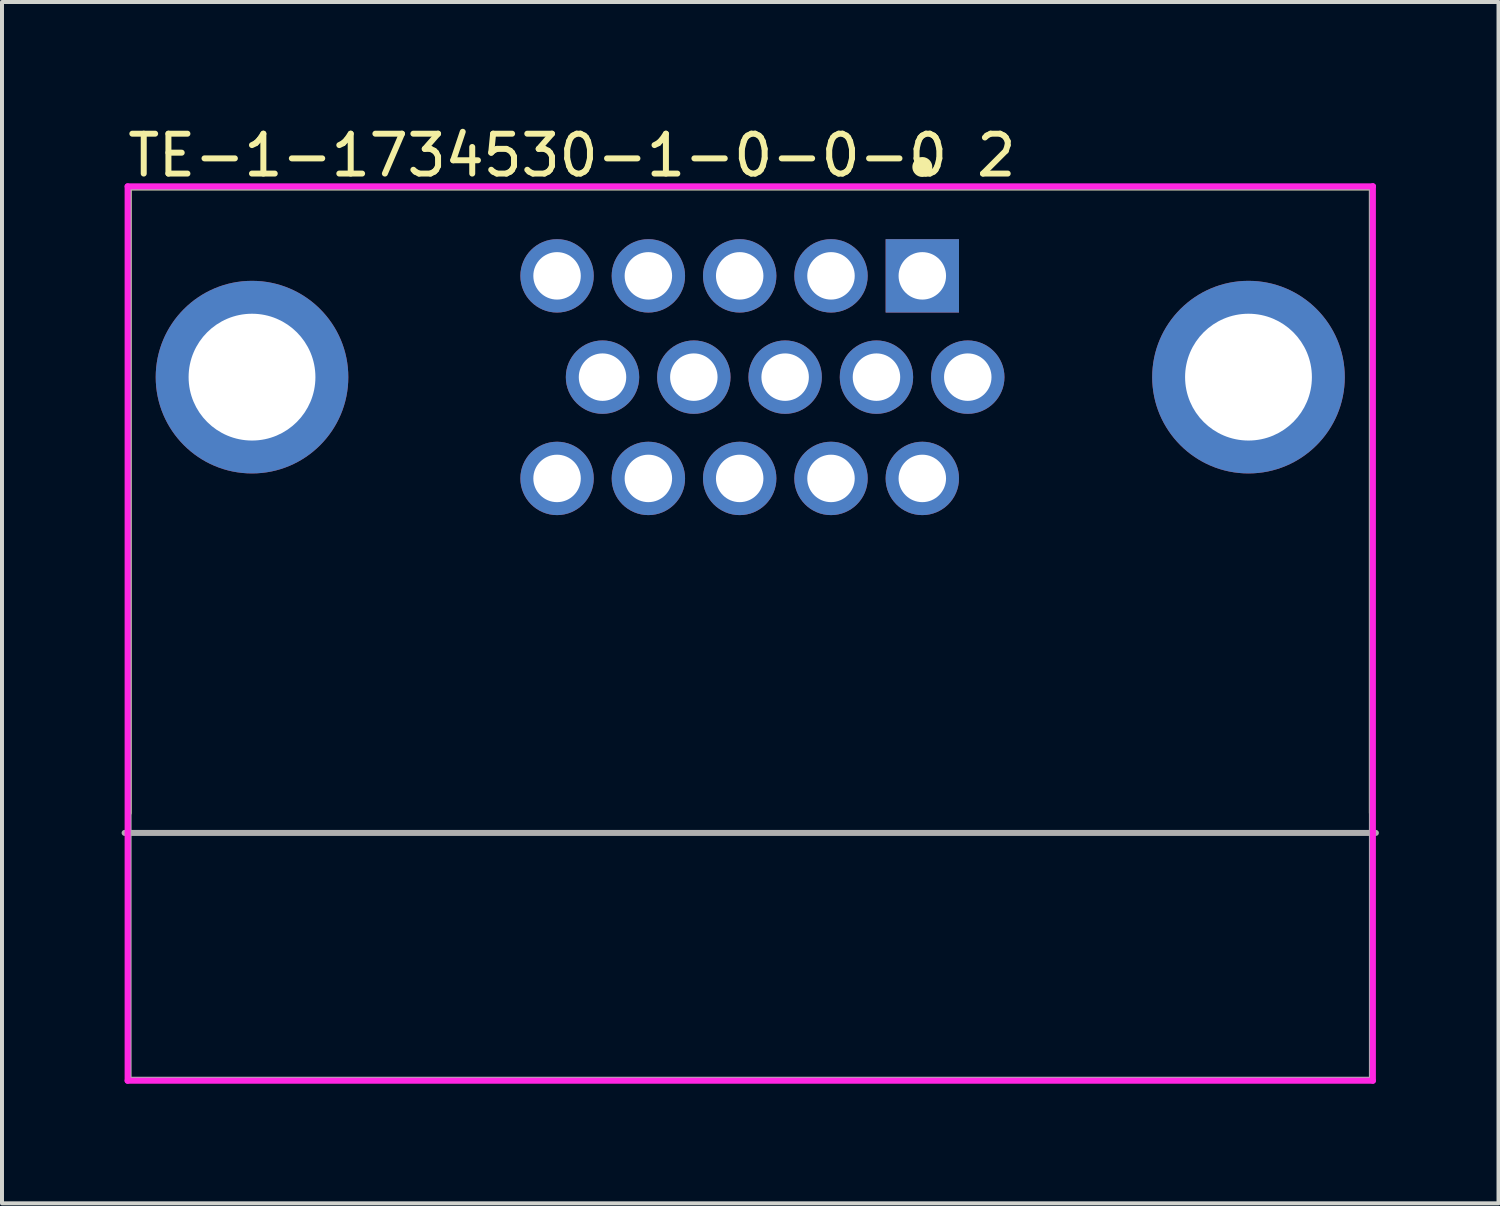
<source format=kicad_pcb>
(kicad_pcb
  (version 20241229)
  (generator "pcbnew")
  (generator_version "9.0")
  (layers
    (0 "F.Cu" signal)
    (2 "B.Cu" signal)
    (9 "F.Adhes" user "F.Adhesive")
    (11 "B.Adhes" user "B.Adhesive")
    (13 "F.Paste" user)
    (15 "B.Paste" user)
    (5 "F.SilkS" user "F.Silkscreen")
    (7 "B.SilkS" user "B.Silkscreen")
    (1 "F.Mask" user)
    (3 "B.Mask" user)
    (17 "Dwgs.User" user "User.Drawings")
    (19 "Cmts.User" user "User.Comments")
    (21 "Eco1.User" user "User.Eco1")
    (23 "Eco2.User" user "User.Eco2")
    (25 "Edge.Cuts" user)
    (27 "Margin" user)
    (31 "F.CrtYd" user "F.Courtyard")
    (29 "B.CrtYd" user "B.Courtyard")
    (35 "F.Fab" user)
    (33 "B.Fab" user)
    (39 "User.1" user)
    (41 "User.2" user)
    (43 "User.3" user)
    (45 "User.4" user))
  (footprint "TE-1-1734530-1-0-0-0 2"
    (layer "F.Cu")
    (at 15.765 12.838)
    (property "Reference" "TE-1-1734530-1-0-0-0 2" (at -15.69 -11.99 0) (layer "F.SilkS") (effects (font (size 1 1) (thickness 0.15)) (justify left)))
    (attr through_hole)
    (fp_line (start -15.59 -11.19) (end -15.59 4.5) (stroke (width 0.15) (type solid)) (layer "F.SilkS"))
    (fp_line (start -15.59 -11.19) (end 15.59 -11.19) (stroke (width 0.15) (type solid)) (layer "F.SilkS"))
    (fp_line (start 15.59 -11.19) (end 15.59 4.5) (stroke (width 0.15) (type solid)) (layer "F.SilkS"))
    (fp_circle (center 4.315 -11.7) (end 4.44 -11.7) (stroke (width 0.25) (type solid)) (fill no) (layer "F.SilkS"))
    (fp_line (start -15.615 -11.215) (end -15.615 11.215) (stroke (width 0.15) (type solid)) (layer "F.CrtYd"))
    (fp_line (start -15.615 11.215) (end 15.615 11.215) (stroke (width 0.15) (type solid)) (layer "F.CrtYd"))
    (fp_line (start 15.615 -11.215) (end -15.615 -11.215) (stroke (width 0.15) (type solid)) (layer "F.CrtYd"))
    (fp_line (start 15.615 -11.215) (end 15.615 -11.215) (stroke (width 0.15) (type solid)) (layer "F.CrtYd"))
    (fp_line (start 15.615 11.215) (end 15.615 -11.215) (stroke (width 0.15) (type solid)) (layer "F.CrtYd"))
    (fp_line (start -15.69 5) (end 15.69 5) (stroke (width 0.15) (type solid)) (layer "F.Fab"))
    (fp_line (start -15.59 -11.19) (end 15.59 -11.19) (stroke (width 0.15) (type solid)) (layer "F.Fab"))
    (fp_line (start -15.59 11.19) (end -15.59 -11.19) (stroke (width 0.15) (type solid)) (layer "F.Fab"))
    (fp_line (start 15.59 -11.19) (end 15.59 11.19) (stroke (width 0.15) (type solid)) (layer "F.Fab"))
    (fp_line (start 15.59 11.19) (end -15.59 11.19) (stroke (width 0.15) (type solid)) (layer "F.Fab"))
    (pad "1" thru_hole rect (at 4.315 -8.97) (size 1.84 1.84) (drill 1.19) (layers "*.Cu"))
    (pad "2" thru_hole circle (at 2.025 -8.97) (size 1.84 1.84) (drill 1.19) (layers "*.Cu"))
    (pad "3" thru_hole circle (at -0.265 -8.97) (size 1.84 1.84) (drill 1.19) (layers "*.Cu"))
    (pad "4" thru_hole circle (at -2.555 -8.97) (size 1.84 1.84) (drill 1.19) (layers "*.Cu"))
    (pad "5" thru_hole circle (at -4.845 -8.97) (size 1.84 1.84) (drill 1.19) (layers "*.Cu"))
    (pad "6" thru_hole circle (at 5.455 -6.43) (size 1.84 1.84) (drill 1.19) (layers "*.Cu"))
    (pad "7" thru_hole circle (at 3.165 -6.43) (size 1.84 1.84) (drill 1.19) (layers "*.Cu"))
    (pad "8" thru_hole circle (at 0.875 -6.43) (size 1.84 1.84) (drill 1.19) (layers "*.Cu"))
    (pad "9" thru_hole circle (at -1.415 -6.43) (size 1.84 1.84) (drill 1.19) (layers "*.Cu"))
    (pad "10" thru_hole circle (at -3.705 -6.43) (size 1.84 1.84) (drill 1.19) (layers "*.Cu"))
    (pad "11" thru_hole circle (at 4.315 -3.89) (size 1.84 1.84) (drill 1.19) (layers "*.Cu"))
    (pad "12" thru_hole circle (at 2.025 -3.89) (size 1.84 1.84) (drill 1.19) (layers "*.Cu"))
    (pad "13" thru_hole circle (at -0.265 -3.89) (size 1.84 1.84) (drill 1.19) (layers "*.Cu"))
    (pad "14" thru_hole circle (at -2.555 -3.89) (size 1.84 1.84) (drill 1.19) (layers "*.Cu"))
    (pad "15" thru_hole circle (at -4.845 -3.89) (size 1.84 1.84) (drill 1.19) (layers "*.Cu"))
    (pad "16" thru_hole circle (at -12.495 -6.43) (size 4.83 4.83) (drill 3.18) (layers "*.Cu"))
    (pad "17" thru_hole circle (at 12.495 -6.43) (size 4.83 4.83) (drill 3.18) (layers "*.Cu")))
  (gr_rect
    (start -3 -3)
    (end 34.53 27.128)
    (stroke (width 0.1) (type default))
    (fill no)
    (layer "Edge.Cuts")))
</source>
